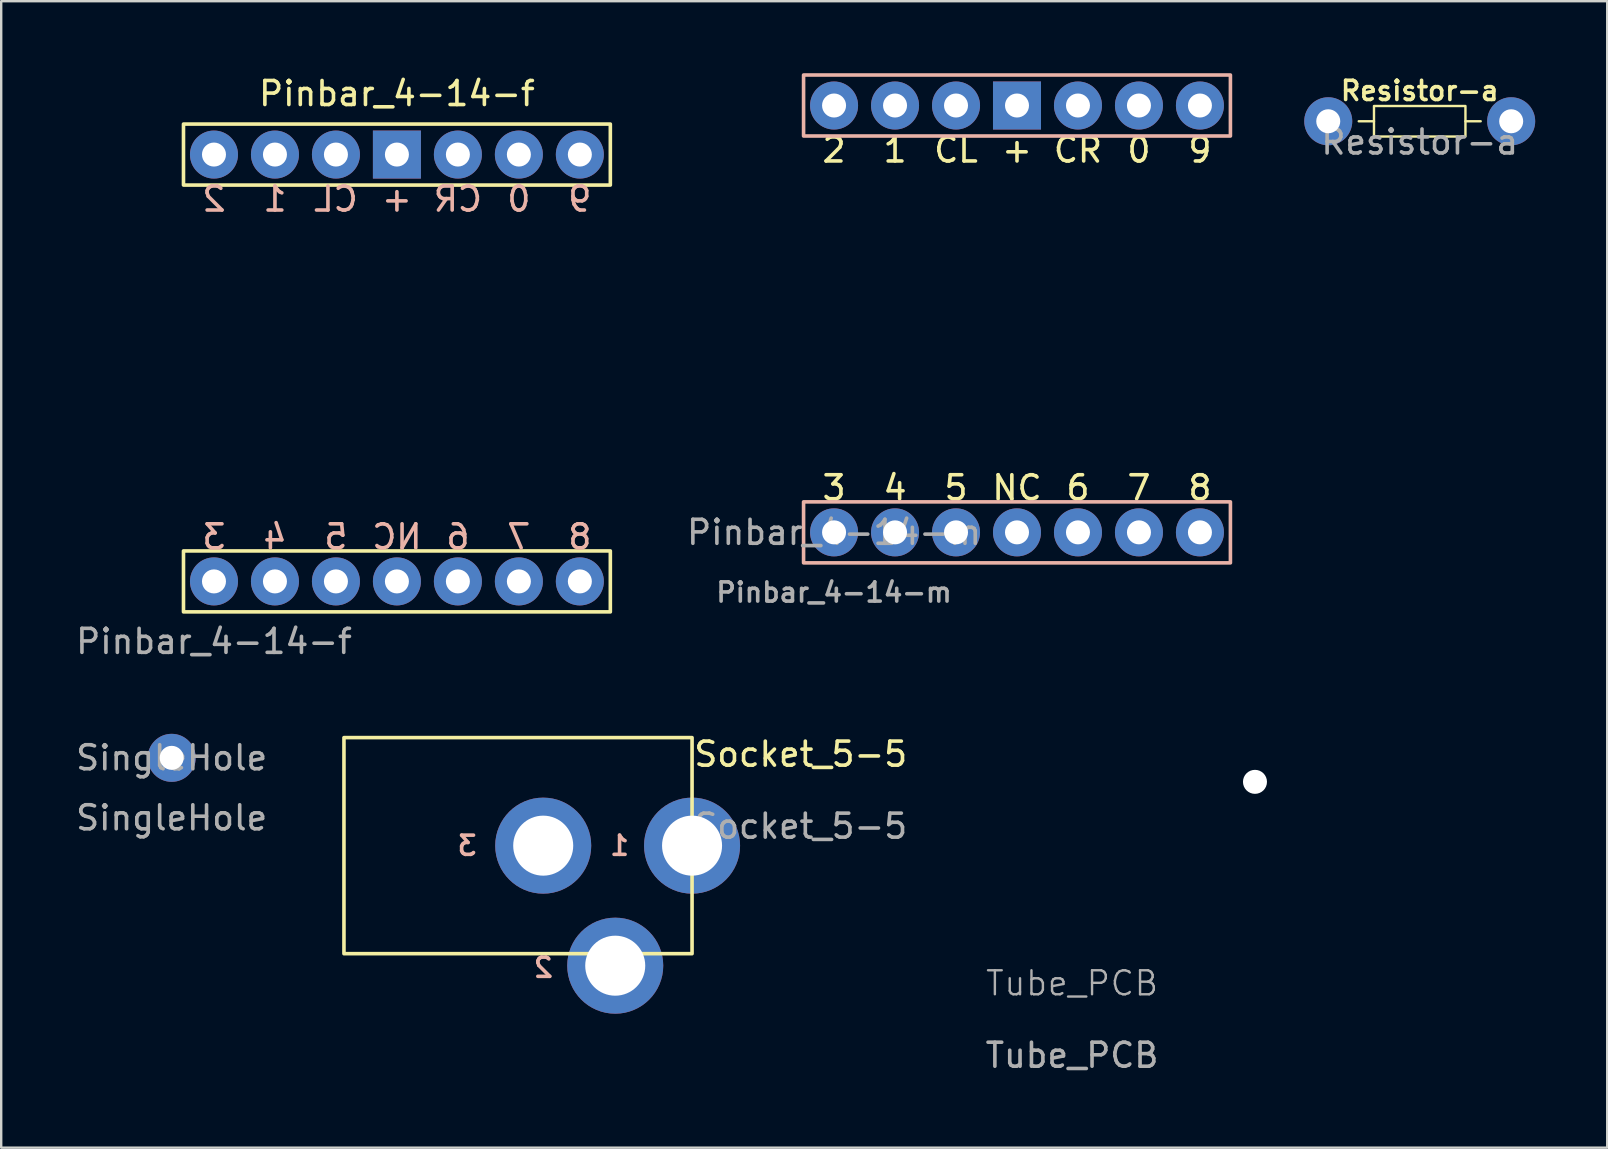
<source format=kicad_pcb>
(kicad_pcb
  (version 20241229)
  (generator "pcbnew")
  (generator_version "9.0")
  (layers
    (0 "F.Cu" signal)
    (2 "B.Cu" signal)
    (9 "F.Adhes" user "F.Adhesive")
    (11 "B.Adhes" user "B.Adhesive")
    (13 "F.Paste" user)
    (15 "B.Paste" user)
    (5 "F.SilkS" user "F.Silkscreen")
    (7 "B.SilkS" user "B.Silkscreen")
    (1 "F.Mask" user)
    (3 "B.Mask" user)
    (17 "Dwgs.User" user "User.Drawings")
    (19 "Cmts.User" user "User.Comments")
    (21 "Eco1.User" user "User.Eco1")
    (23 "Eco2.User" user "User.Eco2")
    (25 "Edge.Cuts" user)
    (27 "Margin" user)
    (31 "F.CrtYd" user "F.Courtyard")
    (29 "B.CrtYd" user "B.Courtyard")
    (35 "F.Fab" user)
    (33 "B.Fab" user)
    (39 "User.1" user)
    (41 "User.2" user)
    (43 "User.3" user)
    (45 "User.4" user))
  (footprint "Pinbar_4-14-m"
    (layer "F.Cu")
    (at 31.692 19.125)
    (property "Reference" "Pinbar_4-14-m" (at 0 0 0) (unlocked yes) (layer "F.Fab") (effects (font (size 1 1) (thickness 0.15))))
    (attr through_hole)
    (fp_rect (start -1.27 -19.05) (end 16.51 -16.51) (stroke (width 0.15) (type default)) (fill no) (layer "B.SilkS"))
    (fp_rect (start -1.27 -1.27) (end 16.51 1.27) (stroke (width 0.15) (type default)) (fill no) (layer "B.SilkS"))
    (fp_text user "0" (at 12.7 -16.51 0) (unlocked yes) (layer "F.SilkS") (effects (font (size 1 1) (thickness 0.15)) (justify top)))
    (fp_text user "+" (at 7.62 -16.51 0) (unlocked yes) (layer "F.SilkS") (effects (font (size 1 1) (thickness 0.15)) (justify top)))
    (fp_text user "CL" (at 5.08 -16.51 0) (unlocked yes) (layer "F.SilkS") (effects (font (size 1 1) (thickness 0.15)) (justify top)))
    (fp_text user "7" (at 12.7 -1.27 0) (unlocked yes) (layer "F.SilkS") (effects (font (size 1 1) (thickness 0.15)) (justify bottom)))
    (fp_text user "NC" (at 7.62 -1.27 0) (unlocked yes) (layer "F.SilkS") (effects (font (size 1 1) (thickness 0.15)) (justify bottom)))
    (fp_text user "8" (at 15.24 -1.27 0) (unlocked yes) (layer "F.SilkS") (effects (font (size 1 1) (thickness 0.15)) (justify bottom)))
    (fp_text user "9" (at 15.24 -16.51 0) (unlocked yes) (layer "F.SilkS") (effects (font (size 1 1) (thickness 0.15)) (justify top)))
    (fp_text user "1" (at 2.54 -16.51 0) (unlocked yes) (layer "F.SilkS") (effects (font (size 1 1) (thickness 0.15)) (justify top)))
    (fp_text user "4" (at 2.54 -1.27 0) (unlocked yes) (layer "F.SilkS") (effects (font (size 1 1) (thickness 0.15)) (justify bottom)))
    (fp_text user "2" (at 0 -16.51 0) (unlocked yes) (layer "F.SilkS") (effects (font (size 1 1) (thickness 0.15)) (justify top)))
    (fp_text user "CR" (at 10.16 -16.51 0) (unlocked yes) (layer "F.SilkS") (effects (font (size 1 1) (thickness 0.15)) (justify top)))
    (fp_text user "5" (at 5.08 -1.27 0) (unlocked yes) (layer "F.SilkS") (effects (font (size 1 1) (thickness 0.15)) (justify bottom)))
    (fp_text user "6" (at 10.16 -1.27 0) (unlocked yes) (layer "F.SilkS") (effects (font (size 1 1) (thickness 0.15)) (justify bottom)))
    (fp_text user "3" (at 0 -1.27 0) (unlocked yes) (layer "F.SilkS") (effects (font (size 1 1) (thickness 0.15)) (justify bottom)))
    (fp_text user "${REFERENCE}" (at 0 2.5 0) (unlocked yes) (layer "F.Fab") (effects (font (size 0.8 0.8) (thickness 0.15))))
    (pad "1" thru_hole circle (at 0 -17.78) (size 2 2) (drill 1) (layers "*.Cu" "F.Mask"))
    (pad "2" thru_hole circle (at 2.54 -17.78) (size 2 2) (drill 1) (layers "*.Cu" "F.Mask"))
    (pad "3" thru_hole circle (at 5.08 -17.78) (size 2 2) (drill 1) (layers "*.Cu" "F.Mask"))
    (pad "4" thru_hole rect (at 7.62 -17.78) (size 2 2) (drill 1) (layers "*.Cu" "F.Mask"))
    (pad "5" thru_hole circle (at 10.16 -17.78) (size 2 2) (drill 1) (layers "*.Cu" "F.Mask"))
    (pad "6" thru_hole circle (at 12.7 -17.78) (size 2 2) (drill 1) (layers "*.Cu" "F.Mask"))
    (pad "7" thru_hole circle (at 15.24 -17.78) (size 2 2) (drill 1) (layers "*.Cu" "F.Mask"))
    (pad "8" thru_hole circle (at 0 0) (size 2 2) (drill 1) (layers "*.Cu" "F.Mask"))
    (pad "9" thru_hole circle (at 2.54 0) (size 2 2) (drill 1) (layers "*.Cu" "F.Mask"))
    (pad "10" thru_hole circle (at 5.08 0) (size 2 2) (drill 1) (layers "*.Cu" "F.Mask"))
    (pad "11" thru_hole circle (at 7.62 0) (size 2 2) (drill 1) (layers "*.Cu" "F.Mask"))
    (pad "12" thru_hole circle (at 10.16 0) (size 2 2) (drill 1) (layers "*.Cu" "F.Mask"))
    (pad "13" thru_hole circle (at 12.7 0) (size 2 2) (drill 1) (layers "*.Cu" "F.Mask"))
    (pad "14" thru_hole circle (at 15.24 0) (size 2 2) (drill 1) (layers "*.Cu" "F.Mask")))
  (footprint "Socket_5-5"
    (layer "F.Cu")
    (at 25.777 32.175)
    (property "Reference" "Socket_5-5" (at 0 -3.81 0) (unlocked yes) (layer "F.SilkS") (effects (font (size 1 1) (thickness 0.15)) (justify left)))
    (attr through_hole)
    (fp_rect (start -14.5 -4.5) (end 0 4.5) (stroke (width 0.15) (type default)) (fill no) (layer "F.SilkS"))
    (fp_text user "3" (at -8.89 0 0) (unlocked yes) (layer "B.SilkS") (effects (font (size 0.8 0.8) (thickness 0.15)) (justify left mirror)))
    (fp_text user "2" (at -5.715 5.08 0) (unlocked yes) (layer "B.SilkS") (effects (font (size 0.8 0.8) (thickness 0.15)) (justify left mirror)))
    (fp_text user "1" (at -2.54 0 0) (unlocked yes) (layer "B.SilkS") (effects (font (size 0.8 0.8) (thickness 0.15)) (justify left mirror)))
    (fp_text user "${REFERENCE}" (at 0 -0.81 0) (unlocked yes) (layer "F.Fab") (effects (font (size 1 1) (thickness 0.15)) (justify left)))
    (pad "1" thru_hole circle (at 0 0) (size 4 4) (drill 2.5) (layers "*.Cu" "B.Mask"))
    (pad "2" thru_hole circle (at -3.2 5) (size 4 4) (drill 2.5) (layers "*.Cu" "B.Mask"))
    (pad "3" thru_hole circle (at -6.2 0) (size 4 4) (drill 2.5) (layers "*.Cu" "B.Mask")))
  (footprint "Resistor-a"
    (layer "F.Cu")
    (at 52.277 2.001)
    (property "Reference" "Resistor-a" (at 3.81 -1.27 0) (unlocked yes) (layer "F.SilkS") (effects (font (size 0.8 0.8) (thickness 0.15))))
    (attr through_hole)
    (fp_line (start 1.905 0) (end 1.27 0) (stroke (width 0.1) (type default)) (layer "F.SilkS"))
    (fp_line (start 5.715 0) (end 6.35 0) (stroke (width 0.1) (type default)) (layer "F.SilkS"))
    (fp_rect (start 1.905 -0.635) (end 5.715 0.635) (stroke (width 0.1) (type default)) (fill no) (layer "F.SilkS"))
    (fp_text user "${REFERENCE}" (at 3.81 0.865 0) (unlocked yes) (layer "F.Fab") (effects (font (size 1 1) (thickness 0.15))))
    (pad "1" thru_hole circle (at 0 0) (size 2 2) (drill 1) (layers "*.Cu" "B.Mask"))
    (pad "2" thru_hole circle (at 7.62 0) (size 2 2) (drill 1) (layers "*.Cu" "B.Mask")))
  (footprint "SingleHole"
    (layer "F.Cu")
    (at 4.101 28.517)
    (property "Reference" "SingleHole" (at 0 0 0) (unlocked yes) (layer "F.Fab") (effects (font (size 1 1) (thickness 0.15))))
    (attr through_hole)
    (fp_text user "${REFERENCE}" (at 0 2.5 0) (unlocked yes) (layer "F.Fab") (effects (font (size 1 1) (thickness 0.15))))
    (pad "1" thru_hole circle (at 0 0) (size 2 2) (drill 1) (layers "*.Cu" "*.Mask")))
  (footprint "Pinbar_4-14-f"
    (layer "F.Cu")
    (at 5.863 21.168)
    (property "Reference" "Pinbar_4-14-f" (at 7.62 -20.32 0) (unlocked yes) (layer "F.SilkS") (effects (font (size 1 1) (thickness 0.15))))
    (attr through_hole)
    (fp_rect (start -1.27 -19.05) (end 16.51 -16.51) (stroke (width 0.15) (type default)) (fill no) (layer "F.SilkS"))
    (fp_rect (start -1.27 -1.27) (end 16.51 1.27) (stroke (width 0.15) (type default)) (fill no) (layer "F.SilkS"))
    (fp_text user "NC" (at 7.62 -1.27 0) (unlocked yes) (layer "B.SilkS") (effects (font (size 1 1) (thickness 0.15)) (justify bottom mirror)))
    (fp_text user "3" (at 0 -1.27 0) (unlocked yes) (layer "B.SilkS") (effects (font (size 1 1) (thickness 0.15)) (justify bottom mirror)))
    (fp_text user "CL" (at 5.08 -16.51 0) (unlocked yes) (layer "B.SilkS") (effects (font (size 1 1) (thickness 0.15)) (justify top mirror)))
    (fp_text user "9" (at 15.24 -16.51 0) (unlocked yes) (layer "B.SilkS") (effects (font (size 1 1) (thickness 0.15)) (justify top mirror)))
    (fp_text user "8" (at 15.24 -1.27 0) (unlocked yes) (layer "B.SilkS") (effects (font (size 1 1) (thickness 0.15)) (justify bottom mirror)))
    (fp_text user "1" (at 2.54 -16.51 0) (unlocked yes) (layer "B.SilkS") (effects (font (size 1 1) (thickness 0.15)) (justify top mirror)))
    (fp_text user "2" (at 0 -16.51 0) (unlocked yes) (layer "B.SilkS") (effects (font (size 1 1) (thickness 0.15)) (justify top mirror)))
    (fp_text user "CR" (at 10.16 -16.51 0) (unlocked yes) (layer "B.SilkS") (effects (font (size 1 1) (thickness 0.15)) (justify top mirror)))
    (fp_text user "6" (at 10.16 -1.27 0) (unlocked yes) (layer "B.SilkS") (effects (font (size 1 1) (thickness 0.15)) (justify bottom mirror)))
    (fp_text user "0" (at 12.7 -16.51 0) (unlocked yes) (layer "B.SilkS") (effects (font (size 1 1) (thickness 0.15)) (justify top mirror)))
    (fp_text user "5" (at 5.08 -1.27 0) (unlocked yes) (layer "B.SilkS") (effects (font (size 1 1) (thickness 0.15)) (justify bottom mirror)))
    (fp_text user "+" (at 7.62 -16.51 0) (unlocked yes) (layer "B.SilkS") (effects (font (size 1 1) (thickness 0.15)) (justify top mirror)))
    (fp_text user "7" (at 12.7 -1.27 0) (unlocked yes) (layer "B.SilkS") (effects (font (size 1 1) (thickness 0.15)) (justify bottom mirror)))
    (fp_text user "4" (at 2.54 -1.27 0) (unlocked yes) (layer "B.SilkS") (effects (font (size 1 1) (thickness 0.15)) (justify bottom mirror)))
    (fp_text user "${REFERENCE}" (at 0 2.5 0) (unlocked yes) (layer "F.Fab") (effects (font (size 1 1) (thickness 0.15))))
    (pad "1" thru_hole circle (at 0 -17.78) (size 2 2) (drill 1) (layers "*.Cu" "B.Mask"))
    (pad "2" thru_hole circle (at 2.54 -17.78) (size 2 2) (drill 1) (layers "*.Cu" "B.Mask"))
    (pad "3" thru_hole circle (at 5.08 -17.78) (size 2 2) (drill 1) (layers "*.Cu" "B.Mask"))
    (pad "4" thru_hole rect (at 7.62 -17.78) (size 2 2) (drill 1) (layers "*.Cu" "B.Mask"))
    (pad "5" thru_hole circle (at 10.16 -17.78) (size 2 2) (drill 1) (layers "*.Cu" "B.Mask"))
    (pad "6" thru_hole circle (at 12.7 -17.78) (size 2 2) (drill 1) (layers "*.Cu" "B.Mask"))
    (pad "7" thru_hole circle (at 15.24 -17.78) (size 2 2) (drill 1) (layers "*.Cu" "B.Mask"))
    (pad "8" thru_hole circle (at 0 0) (size 2 2) (drill 1) (layers "*.Cu" "B.Mask"))
    (pad "9" thru_hole circle (at 2.54 0) (size 2 2) (drill 1) (layers "*.Cu" "B.Mask"))
    (pad "10" thru_hole circle (at 5.08 0) (size 2 2) (drill 1) (layers "*.Cu" "B.Mask"))
    (pad "11" thru_hole circle (at 7.62 0) (size 2 2) (drill 1) (layers "*.Cu" "B.Mask"))
    (pad "12" thru_hole circle (at 10.16 0) (size 2 2) (drill 1) (layers "*.Cu" "B.Mask"))
    (pad "13" thru_hole circle (at 12.7 0) (size 2 2) (drill 1) (layers "*.Cu" "B.Mask"))
    (pad "14" thru_hole circle (at 15.24 0) (size 2 2) (drill 1) (layers "*.Cu" "B.Mask")))
  (footprint "Tube_PCB"
    (layer "F.Cu")
    (at 41.605 38.407)
    (property "Reference" "Tube_PCB" (at 0 -0.5 0) (unlocked yes) (layer "F.Fab") (effects (font (size 1 1) (thickness 0.1))))
    (attr through_hole)
    (fp_text user "${REFERENCE}" (at 0 2.5 0) (unlocked yes) (layer "F.Fab") (effects (font (size 1 1) (thickness 0.15))))
    (pad "" np_thru_hole circle (at 7.62 -8.89) (size 1 1) (drill 4) (layers "*.Cu" "*.Mask")))
  (gr_rect
    (start -3 -3)
    (end 63.897 44.755)
    (stroke (width 0.1) (type default))
    (fill no)
    (layer "Edge.Cuts")))
</source>
